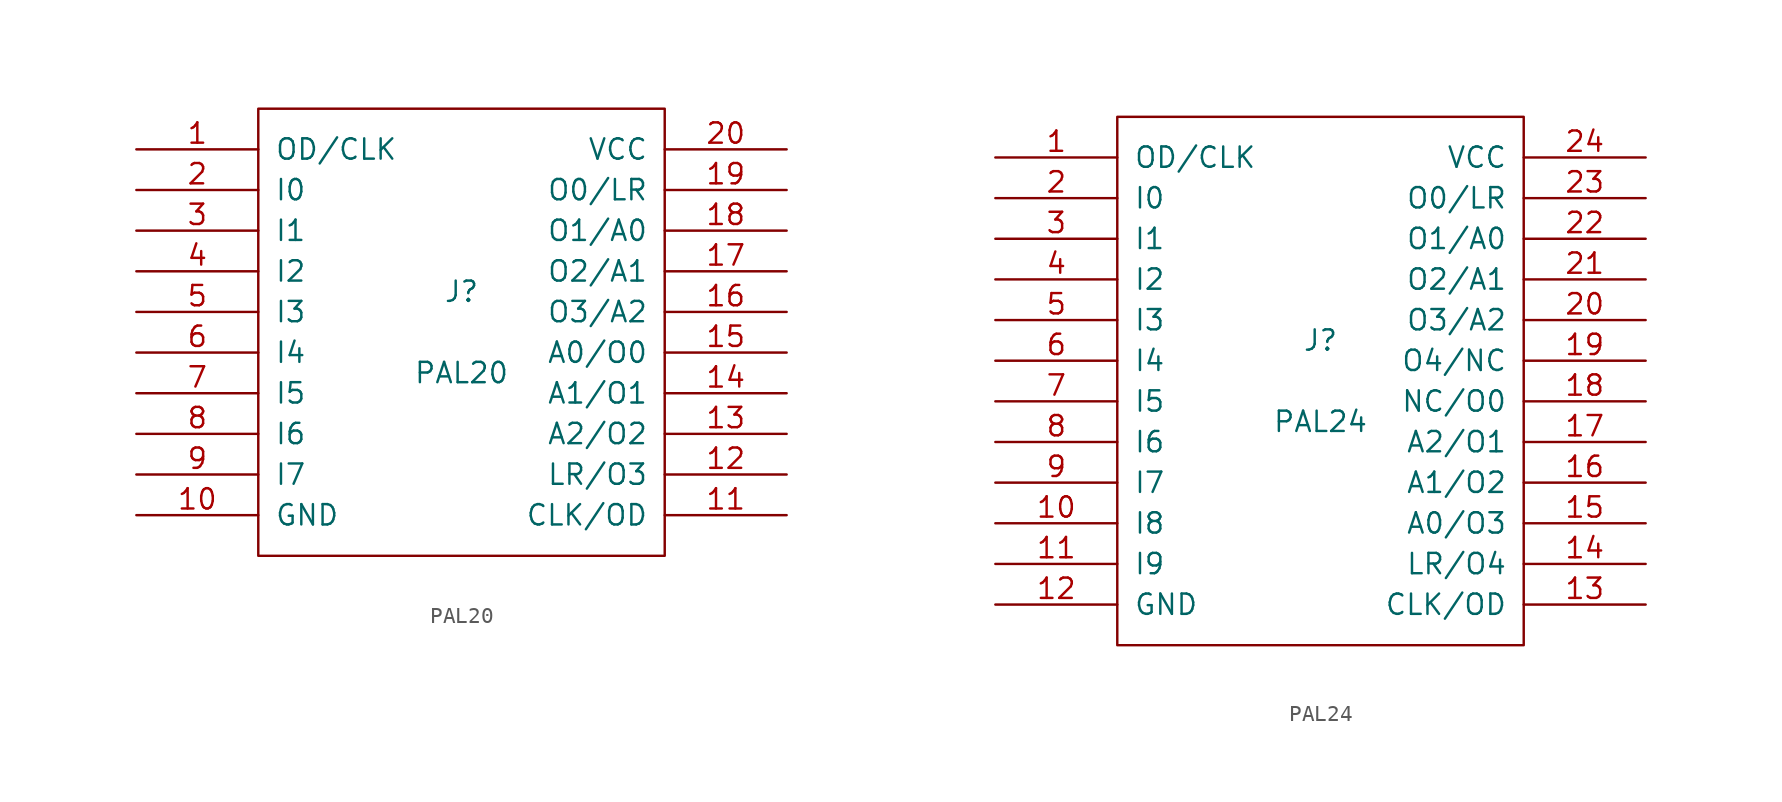
<source format=kicad_sym>
(kicad_symbol_lib
  (version 20231120)
  (generator "kicad_symbol_editor")
  (generator_version "8.0")
  (symbol "PAL20"
    (pin_names
      (offset 1.016))
    (property "Reference" "J"
      (at 0 2.54 0)
      (effects (font (size 1.27 1.27))))
    (property "Value" "PAL20"
      (at 0 -2.54 0)
      (effects (font (size 1.27 1.27))))
    (property "Footprint" ""
      (at 0 0 0)
      (effects (font (size 1.27 1.27))))
    (property "Datasheet" ""
      (at 0 0 0)
      (effects (font (size 1.27 1.27))))
    (symbol "PAL20_0_1"
      (rectangle (start -12.7 -13.97) (end 12.7 13.97) (stroke (width 0) (type solid)) (fill (type none))))
    (symbol "PAL20_1_1"
      (pin passive line (at -20.32 11.43 0) (length 7.62) (name "OD/CLK" (effects (font (size 1.27 1.27)))) (number "1" (effects (font (size 1.27 1.27)))))
      (pin passive line (at -20.32 -11.43 0) (length 7.62) (name "GND" (effects (font (size 1.27 1.27)))) (number "10" (effects (font (size 1.27 1.27)))))
      (pin passive line (at 20.32 -11.43 180) (length 7.62) (name "CLK/OD" (effects (font (size 1.27 1.27)))) (number "11" (effects (font (size 1.27 1.27)))))
      (pin passive line (at 20.32 -8.89 180) (length 7.62) (name "LR/O3" (effects (font (size 1.27 1.27)))) (number "12" (effects (font (size 1.27 1.27)))))
      (pin passive line (at 20.32 -6.35 180) (length 7.62) (name "A2/O2" (effects (font (size 1.27 1.27)))) (number "13" (effects (font (size 1.27 1.27)))))
      (pin passive line (at 20.32 -3.81 180) (length 7.62) (name "A1/O1" (effects (font (size 1.27 1.27)))) (number "14" (effects (font (size 1.27 1.27)))))
      (pin passive line (at 20.32 -1.27 180) (length 7.62) (name "A0/O0" (effects (font (size 1.27 1.27)))) (number "15" (effects (font (size 1.27 1.27)))))
      (pin passive line (at 20.32 1.27 180) (length 7.62) (name "O3/A2" (effects (font (size 1.27 1.27)))) (number "16" (effects (font (size 1.27 1.27)))))
      (pin passive line (at 20.32 3.81 180) (length 7.62) (name "O2/A1" (effects (font (size 1.27 1.27)))) (number "17" (effects (font (size 1.27 1.27)))))
      (pin passive line (at 20.32 6.35 180) (length 7.62) (name "O1/A0" (effects (font (size 1.27 1.27)))) (number "18" (effects (font (size 1.27 1.27)))))
      (pin passive line (at 20.32 8.89 180) (length 7.62) (name "O0/LR" (effects (font (size 1.27 1.27)))) (number "19" (effects (font (size 1.27 1.27)))))
      (pin passive line (at -20.32 8.89 0) (length 7.62) (name "I0" (effects (font (size 1.27 1.27)))) (number "2" (effects (font (size 1.27 1.27)))))
      (pin passive line (at 20.32 11.43 180) (length 7.62) (name "VCC" (effects (font (size 1.27 1.27)))) (number "20" (effects (font (size 1.27 1.27)))))
      (pin passive line (at -20.32 6.35 0) (length 7.62) (name "I1" (effects (font (size 1.27 1.27)))) (number "3" (effects (font (size 1.27 1.27)))))
      (pin passive line (at -20.32 3.81 0) (length 7.62) (name "I2" (effects (font (size 1.27 1.27)))) (number "4" (effects (font (size 1.27 1.27)))))
      (pin passive line (at -20.32 1.27 0) (length 7.62) (name "I3" (effects (font (size 1.27 1.27)))) (number "5" (effects (font (size 1.27 1.27)))))
      (pin passive line (at -20.32 -1.27 0) (length 7.62) (name "I4" (effects (font (size 1.27 1.27)))) (number "6" (effects (font (size 1.27 1.27)))))
      (pin passive line (at -20.32 -3.81 0) (length 7.62) (name "I5" (effects (font (size 1.27 1.27)))) (number "7" (effects (font (size 1.27 1.27)))))
      (pin passive line (at -20.32 -6.35 0) (length 7.62) (name "I6" (effects (font (size 1.27 1.27)))) (number "8" (effects (font (size 1.27 1.27)))))
      (pin passive line (at -20.32 -8.89 0) (length 7.62) (name "I7" (effects (font (size 1.27 1.27)))) (number "9" (effects (font (size 1.27 1.27)))))))
  (symbol "PAL24"
    (pin_names
      (offset 1.016))
    (property "Reference" "J"
      (at 0 2.54 0)
      (effects (font (size 1.27 1.27))))
    (property "Value" "PAL24"
      (at 0 -2.54 0)
      (effects (font (size 1.27 1.27))))
    (property "Footprint" ""
      (at 0 0 0)
      (effects (font (size 1.27 1.27))))
    (property "Datasheet" ""
      (at 0 0 0)
      (effects (font (size 1.27 1.27))))
    (symbol "PAL24_0_1"
      (rectangle (start -12.7 -16.51) (end 12.7 16.51) (stroke (width 0) (type solid)) (fill (type none))))
    (symbol "PAL24_1_1"
      (pin passive line (at -20.32 13.97 0) (length 7.62) (name "OD/CLK" (effects (font (size 1.27 1.27)))) (number "1" (effects (font (size 1.27 1.27)))))
      (pin passive line (at -20.32 -8.89 0) (length 7.62) (name "I8" (effects (font (size 1.27 1.27)))) (number "10" (effects (font (size 1.27 1.27)))))
      (pin passive line (at -20.32 -11.43 0) (length 7.62) (name "I9" (effects (font (size 1.27 1.27)))) (number "11" (effects (font (size 1.27 1.27)))))
      (pin passive line (at -20.32 -13.97 0) (length 7.62) (name "GND" (effects (font (size 1.27 1.27)))) (number "12" (effects (font (size 1.27 1.27)))))
      (pin passive line (at 20.32 -13.97 180) (length 7.62) (name "CLK/OD" (effects (font (size 1.27 1.27)))) (number "13" (effects (font (size 1.27 1.27)))))
      (pin passive line (at 20.32 -11.43 180) (length 7.62) (name "LR/O4" (effects (font (size 1.27 1.27)))) (number "14" (effects (font (size 1.27 1.27)))))
      (pin passive line (at 20.32 -8.89 180) (length 7.62) (name "A0/O3" (effects (font (size 1.27 1.27)))) (number "15" (effects (font (size 1.27 1.27)))))
      (pin passive line (at 20.32 -6.35 180) (length 7.62) (name "A1/O2" (effects (font (size 1.27 1.27)))) (number "16" (effects (font (size 1.27 1.27)))))
      (pin passive line (at 20.32 -3.81 180) (length 7.62) (name "A2/O1" (effects (font (size 1.27 1.27)))) (number "17" (effects (font (size 1.27 1.27)))))
      (pin passive line (at 20.32 -1.27 180) (length 7.62) (name "NC/O0" (effects (font (size 1.27 1.27)))) (number "18" (effects (font (size 1.27 1.27)))))
      (pin passive line (at 20.32 1.27 180) (length 7.62) (name "O4/NC" (effects (font (size 1.27 1.27)))) (number "19" (effects (font (size 1.27 1.27)))))
      (pin passive line (at -20.32 11.43 0) (length 7.62) (name "I0" (effects (font (size 1.27 1.27)))) (number "2" (effects (font (size 1.27 1.27)))))
      (pin passive line (at 20.32 3.81 180) (length 7.62) (name "O3/A2" (effects (font (size 1.27 1.27)))) (number "20" (effects (font (size 1.27 1.27)))))
      (pin passive line (at 20.32 6.35 180) (length 7.62) (name "O2/A1" (effects (font (size 1.27 1.27)))) (number "21" (effects (font (size 1.27 1.27)))))
      (pin passive line (at 20.32 8.89 180) (length 7.62) (name "O1/A0" (effects (font (size 1.27 1.27)))) (number "22" (effects (font (size 1.27 1.27)))))
      (pin passive line (at 20.32 11.43 180) (length 7.62) (name "O0/LR" (effects (font (size 1.27 1.27)))) (number "23" (effects (font (size 1.27 1.27)))))
      (pin passive line (at 20.32 13.97 180) (length 7.62) (name "VCC" (effects (font (size 1.27 1.27)))) (number "24" (effects (font (size 1.27 1.27)))))
      (pin passive line (at -20.32 8.89 0) (length 7.62) (name "I1" (effects (font (size 1.27 1.27)))) (number "3" (effects (font (size 1.27 1.27)))))
      (pin passive line (at -20.32 6.35 0) (length 7.62) (name "I2" (effects (font (size 1.27 1.27)))) (number "4" (effects (font (size 1.27 1.27)))))
      (pin passive line (at -20.32 3.81 0) (length 7.62) (name "I3" (effects (font (size 1.27 1.27)))) (number "5" (effects (font (size 1.27 1.27)))))
      (pin passive line (at -20.32 1.27 0) (length 7.62) (name "I4" (effects (font (size 1.27 1.27)))) (number "6" (effects (font (size 1.27 1.27)))))
      (pin passive line (at -20.32 -1.27 0) (length 7.62) (name "I5" (effects (font (size 1.27 1.27)))) (number "7" (effects (font (size 1.27 1.27)))))
      (pin passive line (at -20.32 -3.81 0) (length 7.62) (name "I6" (effects (font (size 1.27 1.27)))) (number "8" (effects (font (size 1.27 1.27)))))
      (pin passive line (at -20.32 -6.35 0) (length 7.62) (name "I7" (effects (font (size 1.27 1.27)))) (number "9" (effects (font (size 1.27 1.27))))))))
</source>
